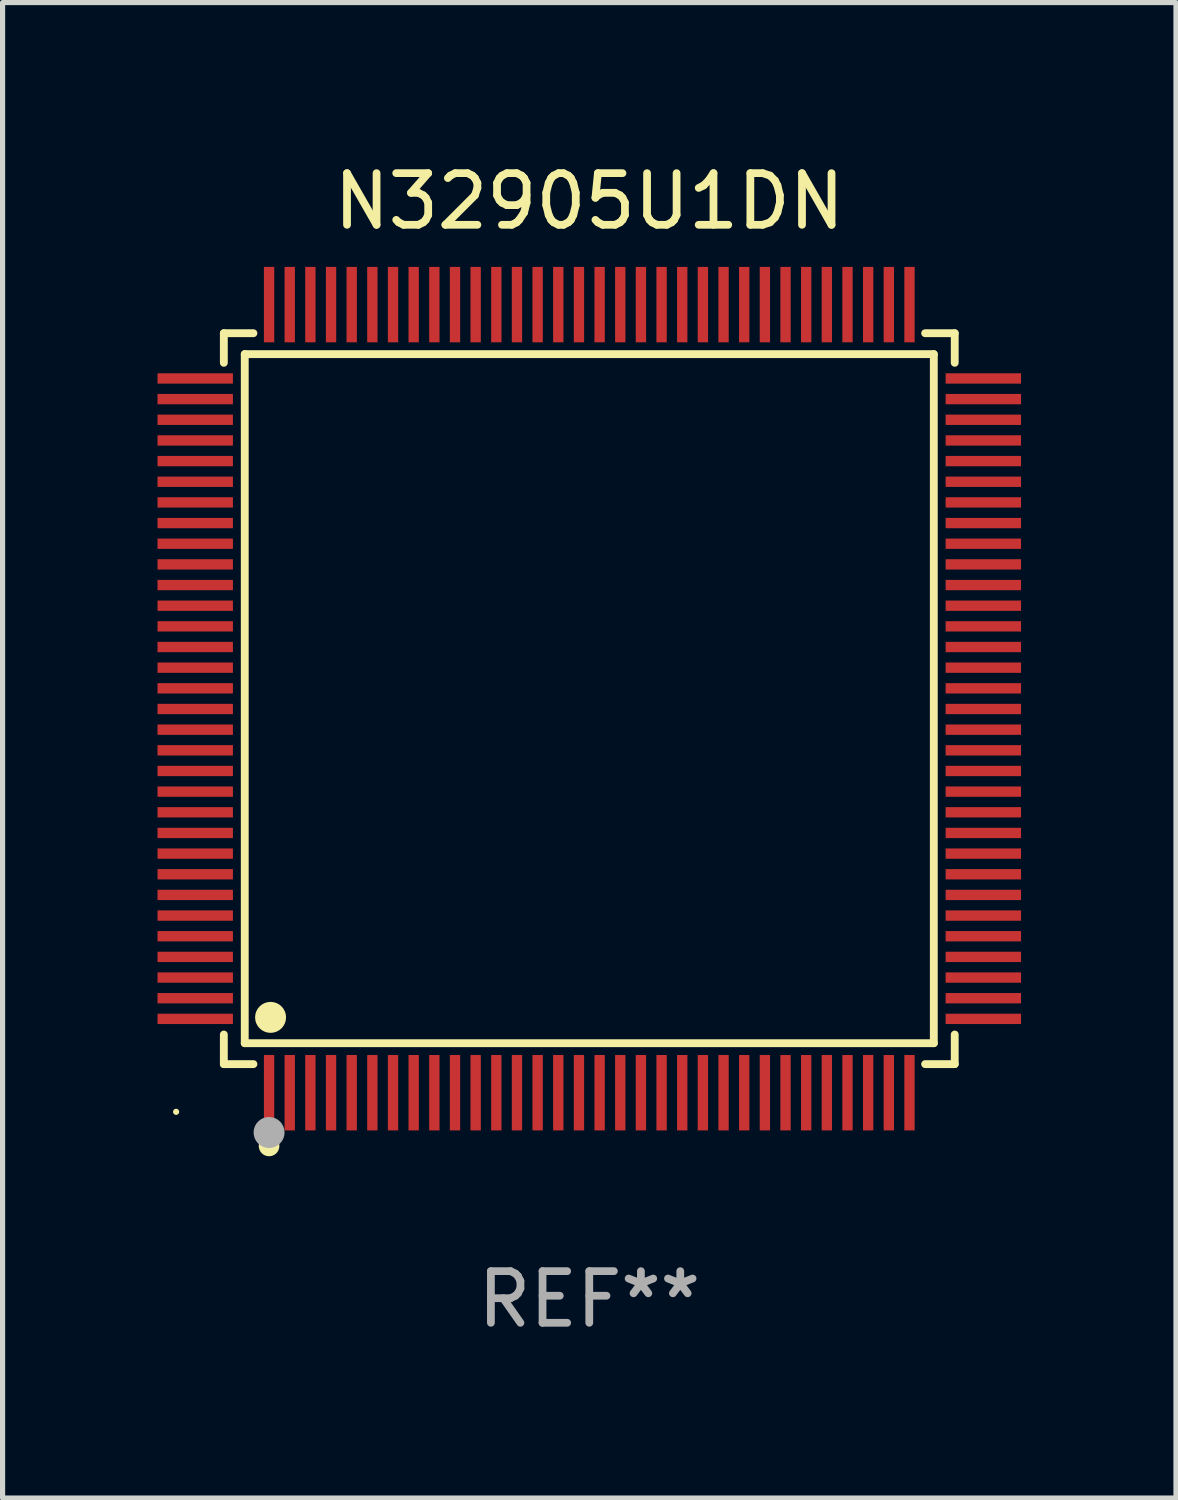
<source format=kicad_pcb>
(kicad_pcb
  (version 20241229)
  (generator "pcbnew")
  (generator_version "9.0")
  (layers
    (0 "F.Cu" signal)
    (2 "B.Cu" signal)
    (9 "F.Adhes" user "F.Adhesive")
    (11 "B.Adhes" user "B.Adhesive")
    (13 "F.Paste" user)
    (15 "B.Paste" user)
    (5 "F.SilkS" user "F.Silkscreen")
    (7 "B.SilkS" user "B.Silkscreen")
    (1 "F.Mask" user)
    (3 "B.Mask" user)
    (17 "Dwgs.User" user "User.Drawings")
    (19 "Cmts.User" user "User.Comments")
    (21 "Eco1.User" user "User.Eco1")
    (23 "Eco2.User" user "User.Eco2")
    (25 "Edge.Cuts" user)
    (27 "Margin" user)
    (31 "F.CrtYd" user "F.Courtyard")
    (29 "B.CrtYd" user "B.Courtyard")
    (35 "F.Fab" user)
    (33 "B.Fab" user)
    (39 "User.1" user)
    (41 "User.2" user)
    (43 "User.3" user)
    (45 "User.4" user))
  (footprint "N32905U1DN"
    (layer "F.Cu")
    (at 8.36 10.478)
    (property "Reference" "N32905U1DN" (at 0 -9.63 0) (layer "F.SilkS") (effects (font (size 1 1) (thickness 0.15))))
    (attr through_hole)
    (fp_line (start -7.076 -7.076) (end -6.503 -7.076) (stroke (width 0.152) (type solid)) (layer "F.SilkS"))
    (fp_line (start -7.076 -6.503) (end -7.076 -7.076) (stroke (width 0.152) (type solid)) (layer "F.SilkS"))
    (fp_line (start -7.076 6.503) (end -7.076 7.076) (stroke (width 0.152) (type solid)) (layer "F.SilkS"))
    (fp_line (start -7.076 7.076) (end -6.503 7.076) (stroke (width 0.152) (type solid)) (layer "F.SilkS"))
    (fp_line (start -6.671 -6.671) (end 6.671 -6.671) (stroke (width 0.152) (type solid)) (layer "F.SilkS"))
    (fp_line (start -6.671 6.671) (end -6.671 -6.671) (stroke (width 0.152) (type solid)) (layer "F.SilkS"))
    (fp_line (start 6.671 -6.671) (end 6.671 6.671) (stroke (width 0.152) (type solid)) (layer "F.SilkS"))
    (fp_line (start 6.671 6.671) (end -6.671 6.671) (stroke (width 0.152) (type solid)) (layer "F.SilkS"))
    (fp_line (start 7.076 -7.076) (end 6.503 -7.076) (stroke (width 0.152) (type solid)) (layer "F.SilkS"))
    (fp_line (start 7.076 -6.503) (end 7.076 -7.076) (stroke (width 0.152) (type solid)) (layer "F.SilkS"))
    (fp_line (start 7.076 6.503) (end 7.076 7.076) (stroke (width 0.152) (type solid)) (layer "F.SilkS"))
    (fp_line (start 7.076 7.076) (end 6.503 7.076) (stroke (width 0.152) (type solid)) (layer "F.SilkS"))
    (fp_circle (center -8 8) (end -7.97 8) (stroke (width 0.06) (type solid)) (fill no) (layer "F.SilkS"))
    (fp_circle (center -6.2 8.66) (end -6.1 8.66) (stroke (width 0.2) (type solid)) (fill no) (layer "F.SilkS"))
    (fp_circle (center -6.171 6.171) (end -6.021 6.171) (stroke (width 0.3) (type solid)) (fill no) (layer "F.SilkS"))
    (fp_circle (center -6.2 8.4) (end -6.05 8.4) (stroke (width 0.3) (type solid)) (fill no) (layer "F.Fab"))
    (fp_text user "REF**" (at 0 11.63 0) (layer "F.Fab") (effects (font (size 1 1) (thickness 0.15))))
    (pad "1" smd rect (at -6.2 7.63) (size 0.2 1.46) (layers "F.Cu" "F.Mask" "F.Paste"))
    (pad "2" smd rect (at -5.8 7.63) (size 0.2 1.46) (layers "F.Cu" "F.Mask" "F.Paste"))
    (pad "3" smd rect (at -5.4 7.63) (size 0.2 1.46) (layers "F.Cu" "F.Mask" "F.Paste"))
    (pad "4" smd rect (at -5 7.63) (size 0.2 1.46) (layers "F.Cu" "F.Mask" "F.Paste"))
    (pad "5" smd rect (at -4.6 7.63) (size 0.2 1.46) (layers "F.Cu" "F.Mask" "F.Paste"))
    (pad "6" smd rect (at -4.2 7.63) (size 0.2 1.46) (layers "F.Cu" "F.Mask" "F.Paste"))
    (pad "7" smd rect (at -3.8 7.63) (size 0.2 1.46) (layers "F.Cu" "F.Mask" "F.Paste"))
    (pad "8" smd rect (at -3.4 7.63) (size 0.2 1.46) (layers "F.Cu" "F.Mask" "F.Paste"))
    (pad "9" smd rect (at -3 7.63) (size 0.2 1.46) (layers "F.Cu" "F.Mask" "F.Paste"))
    (pad "10" smd rect (at -2.6 7.63) (size 0.2 1.46) (layers "F.Cu" "F.Mask" "F.Paste"))
    (pad "11" smd rect (at -2.2 7.63) (size 0.2 1.46) (layers "F.Cu" "F.Mask" "F.Paste"))
    (pad "12" smd rect (at -1.8 7.63) (size 0.2 1.46) (layers "F.Cu" "F.Mask" "F.Paste"))
    (pad "13" smd rect (at -1.4 7.63) (size 0.2 1.46) (layers "F.Cu" "F.Mask" "F.Paste"))
    (pad "14" smd rect (at -1 7.63) (size 0.2 1.46) (layers "F.Cu" "F.Mask" "F.Paste"))
    (pad "15" smd rect (at -0.6 7.63) (size 0.2 1.46) (layers "F.Cu" "F.Mask" "F.Paste"))
    (pad "16" smd rect (at -0.2 7.63) (size 0.2 1.46) (layers "F.Cu" "F.Mask" "F.Paste"))
    (pad "17" smd rect (at 0.2 7.63) (size 0.2 1.46) (layers "F.Cu" "F.Mask" "F.Paste"))
    (pad "18" smd rect (at 0.6 7.63) (size 0.2 1.46) (layers "F.Cu" "F.Mask" "F.Paste"))
    (pad "19" smd rect (at 1 7.63) (size 0.2 1.46) (layers "F.Cu" "F.Mask" "F.Paste"))
    (pad "20" smd rect (at 1.4 7.63) (size 0.2 1.46) (layers "F.Cu" "F.Mask" "F.Paste"))
    (pad "21" smd rect (at 1.8 7.63) (size 0.2 1.46) (layers "F.Cu" "F.Mask" "F.Paste"))
    (pad "22" smd rect (at 2.2 7.63) (size 0.2 1.46) (layers "F.Cu" "F.Mask" "F.Paste"))
    (pad "23" smd rect (at 2.6 7.63) (size 0.2 1.46) (layers "F.Cu" "F.Mask" "F.Paste"))
    (pad "24" smd rect (at 3 7.63) (size 0.2 1.46) (layers "F.Cu" "F.Mask" "F.Paste"))
    (pad "25" smd rect (at 3.4 7.63) (size 0.2 1.46) (layers "F.Cu" "F.Mask" "F.Paste"))
    (pad "26" smd rect (at 3.8 7.63) (size 0.2 1.46) (layers "F.Cu" "F.Mask" "F.Paste"))
    (pad "27" smd rect (at 4.2 7.63) (size 0.2 1.46) (layers "F.Cu" "F.Mask" "F.Paste"))
    (pad "28" smd rect (at 4.6 7.63) (size 0.2 1.46) (layers "F.Cu" "F.Mask" "F.Paste"))
    (pad "29" smd rect (at 5 7.63) (size 0.2 1.46) (layers "F.Cu" "F.Mask" "F.Paste"))
    (pad "30" smd rect (at 5.4 7.63) (size 0.2 1.46) (layers "F.Cu" "F.Mask" "F.Paste"))
    (pad "31" smd rect (at 5.8 7.63) (size 0.2 1.46) (layers "F.Cu" "F.Mask" "F.Paste"))
    (pad "32" smd rect (at 6.2 7.63) (size 0.2 1.46) (layers "F.Cu" "F.Mask" "F.Paste"))
    (pad "33" smd rect (at 7.63 6.2) (size 1.46 0.2) (layers "F.Cu" "F.Mask" "F.Paste"))
    (pad "34" smd rect (at 7.63 5.8) (size 1.46 0.2) (layers "F.Cu" "F.Mask" "F.Paste"))
    (pad "35" smd rect (at 7.63 5.4) (size 1.46 0.2) (layers "F.Cu" "F.Mask" "F.Paste"))
    (pad "36" smd rect (at 7.63 5) (size 1.46 0.2) (layers "F.Cu" "F.Mask" "F.Paste"))
    (pad "37" smd rect (at 7.63 4.6) (size 1.46 0.2) (layers "F.Cu" "F.Mask" "F.Paste"))
    (pad "38" smd rect (at 7.63 4.2) (size 1.46 0.2) (layers "F.Cu" "F.Mask" "F.Paste"))
    (pad "39" smd rect (at 7.63 3.8) (size 1.46 0.2) (layers "F.Cu" "F.Mask" "F.Paste"))
    (pad "40" smd rect (at 7.63 3.4) (size 1.46 0.2) (layers "F.Cu" "F.Mask" "F.Paste"))
    (pad "41" smd rect (at 7.63 3) (size 1.46 0.2) (layers "F.Cu" "F.Mask" "F.Paste"))
    (pad "42" smd rect (at 7.63 2.6) (size 1.46 0.2) (layers "F.Cu" "F.Mask" "F.Paste"))
    (pad "43" smd rect (at 7.63 2.2) (size 1.46 0.2) (layers "F.Cu" "F.Mask" "F.Paste"))
    (pad "44" smd rect (at 7.63 1.8) (size 1.46 0.2) (layers "F.Cu" "F.Mask" "F.Paste"))
    (pad "45" smd rect (at 7.63 1.4) (size 1.46 0.2) (layers "F.Cu" "F.Mask" "F.Paste"))
    (pad "46" smd rect (at 7.63 1) (size 1.46 0.2) (layers "F.Cu" "F.Mask" "F.Paste"))
    (pad "47" smd rect (at 7.63 0.6) (size 1.46 0.2) (layers "F.Cu" "F.Mask" "F.Paste"))
    (pad "48" smd rect (at 7.63 0.2) (size 1.46 0.2) (layers "F.Cu" "F.Mask" "F.Paste"))
    (pad "49" smd rect (at 7.63 -0.2) (size 1.46 0.2) (layers "F.Cu" "F.Mask" "F.Paste"))
    (pad "50" smd rect (at 7.63 -0.6) (size 1.46 0.2) (layers "F.Cu" "F.Mask" "F.Paste"))
    (pad "51" smd rect (at 7.63 -1) (size 1.46 0.2) (layers "F.Cu" "F.Mask" "F.Paste"))
    (pad "52" smd rect (at 7.63 -1.4) (size 1.46 0.2) (layers "F.Cu" "F.Mask" "F.Paste"))
    (pad "53" smd rect (at 7.63 -1.8) (size 1.46 0.2) (layers "F.Cu" "F.Mask" "F.Paste"))
    (pad "54" smd rect (at 7.63 -2.2) (size 1.46 0.2) (layers "F.Cu" "F.Mask" "F.Paste"))
    (pad "55" smd rect (at 7.63 -2.6) (size 1.46 0.2) (layers "F.Cu" "F.Mask" "F.Paste"))
    (pad "56" smd rect (at 7.63 -3) (size 1.46 0.2) (layers "F.Cu" "F.Mask" "F.Paste"))
    (pad "57" smd rect (at 7.63 -3.4) (size 1.46 0.2) (layers "F.Cu" "F.Mask" "F.Paste"))
    (pad "58" smd rect (at 7.63 -3.8) (size 1.46 0.2) (layers "F.Cu" "F.Mask" "F.Paste"))
    (pad "59" smd rect (at 7.63 -4.2) (size 1.46 0.2) (layers "F.Cu" "F.Mask" "F.Paste"))
    (pad "60" smd rect (at 7.63 -4.6) (size 1.46 0.2) (layers "F.Cu" "F.Mask" "F.Paste"))
    (pad "61" smd rect (at 7.63 -5) (size 1.46 0.2) (layers "F.Cu" "F.Mask" "F.Paste"))
    (pad "62" smd rect (at 7.63 -5.4) (size 1.46 0.2) (layers "F.Cu" "F.Mask" "F.Paste"))
    (pad "63" smd rect (at 7.63 -5.8) (size 1.46 0.2) (layers "F.Cu" "F.Mask" "F.Paste"))
    (pad "64" smd rect (at 7.63 -6.2) (size 1.46 0.2) (layers "F.Cu" "F.Mask" "F.Paste"))
    (pad "65" smd rect (at 6.2 -7.63) (size 0.2 1.46) (layers "F.Cu" "F.Mask" "F.Paste"))
    (pad "66" smd rect (at 5.8 -7.63) (size 0.2 1.46) (layers "F.Cu" "F.Mask" "F.Paste"))
    (pad "67" smd rect (at 5.4 -7.63) (size 0.2 1.46) (layers "F.Cu" "F.Mask" "F.Paste"))
    (pad "68" smd rect (at 5 -7.63) (size 0.2 1.46) (layers "F.Cu" "F.Mask" "F.Paste"))
    (pad "69" smd rect (at 4.6 -7.63) (size 0.2 1.46) (layers "F.Cu" "F.Mask" "F.Paste"))
    (pad "70" smd rect (at 4.2 -7.63) (size 0.2 1.46) (layers "F.Cu" "F.Mask" "F.Paste"))
    (pad "71" smd rect (at 3.8 -7.63) (size 0.2 1.46) (layers "F.Cu" "F.Mask" "F.Paste"))
    (pad "72" smd rect (at 3.4 -7.63) (size 0.2 1.46) (layers "F.Cu" "F.Mask" "F.Paste"))
    (pad "73" smd rect (at 3 -7.63) (size 0.2 1.46) (layers "F.Cu" "F.Mask" "F.Paste"))
    (pad "74" smd rect (at 2.6 -7.63) (size 0.2 1.46) (layers "F.Cu" "F.Mask" "F.Paste"))
    (pad "75" smd rect (at 2.2 -7.63) (size 0.2 1.46) (layers "F.Cu" "F.Mask" "F.Paste"))
    (pad "76" smd rect (at 1.8 -7.63) (size 0.2 1.46) (layers "F.Cu" "F.Mask" "F.Paste"))
    (pad "77" smd rect (at 1.4 -7.63) (size 0.2 1.46) (layers "F.Cu" "F.Mask" "F.Paste"))
    (pad "78" smd rect (at 1 -7.63) (size 0.2 1.46) (layers "F.Cu" "F.Mask" "F.Paste"))
    (pad "79" smd rect (at 0.6 -7.63) (size 0.2 1.46) (layers "F.Cu" "F.Mask" "F.Paste"))
    (pad "80" smd rect (at 0.2 -7.63) (size 0.2 1.46) (layers "F.Cu" "F.Mask" "F.Paste"))
    (pad "81" smd rect (at -0.2 -7.63) (size 0.2 1.46) (layers "F.Cu" "F.Mask" "F.Paste"))
    (pad "82" smd rect (at -0.6 -7.63) (size 0.2 1.46) (layers "F.Cu" "F.Mask" "F.Paste"))
    (pad "83" smd rect (at -1 -7.63) (size 0.2 1.46) (layers "F.Cu" "F.Mask" "F.Paste"))
    (pad "84" smd rect (at -1.4 -7.63) (size 0.2 1.46) (layers "F.Cu" "F.Mask" "F.Paste"))
    (pad "85" smd rect (at -1.8 -7.63) (size 0.2 1.46) (layers "F.Cu" "F.Mask" "F.Paste"))
    (pad "86" smd rect (at -2.2 -7.63) (size 0.2 1.46) (layers "F.Cu" "F.Mask" "F.Paste"))
    (pad "87" smd rect (at -2.6 -7.63) (size 0.2 1.46) (layers "F.Cu" "F.Mask" "F.Paste"))
    (pad "88" smd rect (at -3 -7.63) (size 0.2 1.46) (layers "F.Cu" "F.Mask" "F.Paste"))
    (pad "89" smd rect (at -3.4 -7.63) (size 0.2 1.46) (layers "F.Cu" "F.Mask" "F.Paste"))
    (pad "90" smd rect (at -3.8 -7.63) (size 0.2 1.46) (layers "F.Cu" "F.Mask" "F.Paste"))
    (pad "91" smd rect (at -4.2 -7.63) (size 0.2 1.46) (layers "F.Cu" "F.Mask" "F.Paste"))
    (pad "92" smd rect (at -4.6 -7.63) (size 0.2 1.46) (layers "F.Cu" "F.Mask" "F.Paste"))
    (pad "93" smd rect (at -5 -7.63) (size 0.2 1.46) (layers "F.Cu" "F.Mask" "F.Paste"))
    (pad "94" smd rect (at -5.4 -7.63) (size 0.2 1.46) (layers "F.Cu" "F.Mask" "F.Paste"))
    (pad "95" smd rect (at -5.8 -7.63) (size 0.2 1.46) (layers "F.Cu" "F.Mask" "F.Paste"))
    (pad "96" smd rect (at -6.2 -7.63) (size 0.2 1.46) (layers "F.Cu" "F.Mask" "F.Paste"))
    (pad "97" smd rect (at -7.63 -6.2) (size 1.46 0.2) (layers "F.Cu" "F.Mask" "F.Paste"))
    (pad "98" smd rect (at -7.63 -5.8) (size 1.46 0.2) (layers "F.Cu" "F.Mask" "F.Paste"))
    (pad "99" smd rect (at -7.63 -5.4) (size 1.46 0.2) (layers "F.Cu" "F.Mask" "F.Paste"))
    (pad "100" smd rect (at -7.63 -5) (size 1.46 0.2) (layers "F.Cu" "F.Mask" "F.Paste"))
    (pad "101" smd rect (at -7.63 -4.6) (size 1.46 0.2) (layers "F.Cu" "F.Mask" "F.Paste"))
    (pad "102" smd rect (at -7.63 -4.2) (size 1.46 0.2) (layers "F.Cu" "F.Mask" "F.Paste"))
    (pad "103" smd rect (at -7.63 -3.8) (size 1.46 0.2) (layers "F.Cu" "F.Mask" "F.Paste"))
    (pad "104" smd rect (at -7.63 -3.4) (size 1.46 0.2) (layers "F.Cu" "F.Mask" "F.Paste"))
    (pad "105" smd rect (at -7.63 -3) (size 1.46 0.2) (layers "F.Cu" "F.Mask" "F.Paste"))
    (pad "106" smd rect (at -7.63 -2.6) (size 1.46 0.2) (layers "F.Cu" "F.Mask" "F.Paste"))
    (pad "107" smd rect (at -7.63 -2.2) (size 1.46 0.2) (layers "F.Cu" "F.Mask" "F.Paste"))
    (pad "108" smd rect (at -7.63 -1.8) (size 1.46 0.2) (layers "F.Cu" "F.Mask" "F.Paste"))
    (pad "109" smd rect (at -7.63 -1.4) (size 1.46 0.2) (layers "F.Cu" "F.Mask" "F.Paste"))
    (pad "110" smd rect (at -7.63 -1) (size 1.46 0.2) (layers "F.Cu" "F.Mask" "F.Paste"))
    (pad "111" smd rect (at -7.63 -0.6) (size 1.46 0.2) (layers "F.Cu" "F.Mask" "F.Paste"))
    (pad "112" smd rect (at -7.63 -0.2) (size 1.46 0.2) (layers "F.Cu" "F.Mask" "F.Paste"))
    (pad "113" smd rect (at -7.63 0.2) (size 1.46 0.2) (layers "F.Cu" "F.Mask" "F.Paste"))
    (pad "114" smd rect (at -7.63 0.6) (size 1.46 0.2) (layers "F.Cu" "F.Mask" "F.Paste"))
    (pad "115" smd rect (at -7.63 1) (size 1.46 0.2) (layers "F.Cu" "F.Mask" "F.Paste"))
    (pad "116" smd rect (at -7.63 1.4) (size 1.46 0.2) (layers "F.Cu" "F.Mask" "F.Paste"))
    (pad "117" smd rect (at -7.63 1.8) (size 1.46 0.2) (layers "F.Cu" "F.Mask" "F.Paste"))
    (pad "118" smd rect (at -7.63 2.2) (size 1.46 0.2) (layers "F.Cu" "F.Mask" "F.Paste"))
    (pad "119" smd rect (at -7.63 2.6) (size 1.46 0.2) (layers "F.Cu" "F.Mask" "F.Paste"))
    (pad "120" smd rect (at -7.63 3) (size 1.46 0.2) (layers "F.Cu" "F.Mask" "F.Paste"))
    (pad "121" smd rect (at -7.63 3.4) (size 1.46 0.2) (layers "F.Cu" "F.Mask" "F.Paste"))
    (pad "122" smd rect (at -7.63 3.8) (size 1.46 0.2) (layers "F.Cu" "F.Mask" "F.Paste"))
    (pad "123" smd rect (at -7.63 4.2) (size 1.46 0.2) (layers "F.Cu" "F.Mask" "F.Paste"))
    (pad "124" smd rect (at -7.63 4.6) (size 1.46 0.2) (layers "F.Cu" "F.Mask" "F.Paste"))
    (pad "125" smd rect (at -7.63 5) (size 1.46 0.2) (layers "F.Cu" "F.Mask" "F.Paste"))
    (pad "126" smd rect (at -7.63 5.4) (size 1.46 0.2) (layers "F.Cu" "F.Mask" "F.Paste"))
    (pad "127" smd rect (at -7.63 5.8) (size 1.46 0.2) (layers "F.Cu" "F.Mask" "F.Paste"))
    (pad "128" smd rect (at -7.63 6.2) (size 1.46 0.2) (layers "F.Cu" "F.Mask" "F.Paste")))
  (gr_rect
    (start -3 -3)
    (end 19.72 25.956)
    (stroke (width 0.1) (type default))
    (fill no)
    (layer "Edge.Cuts")))
</source>
